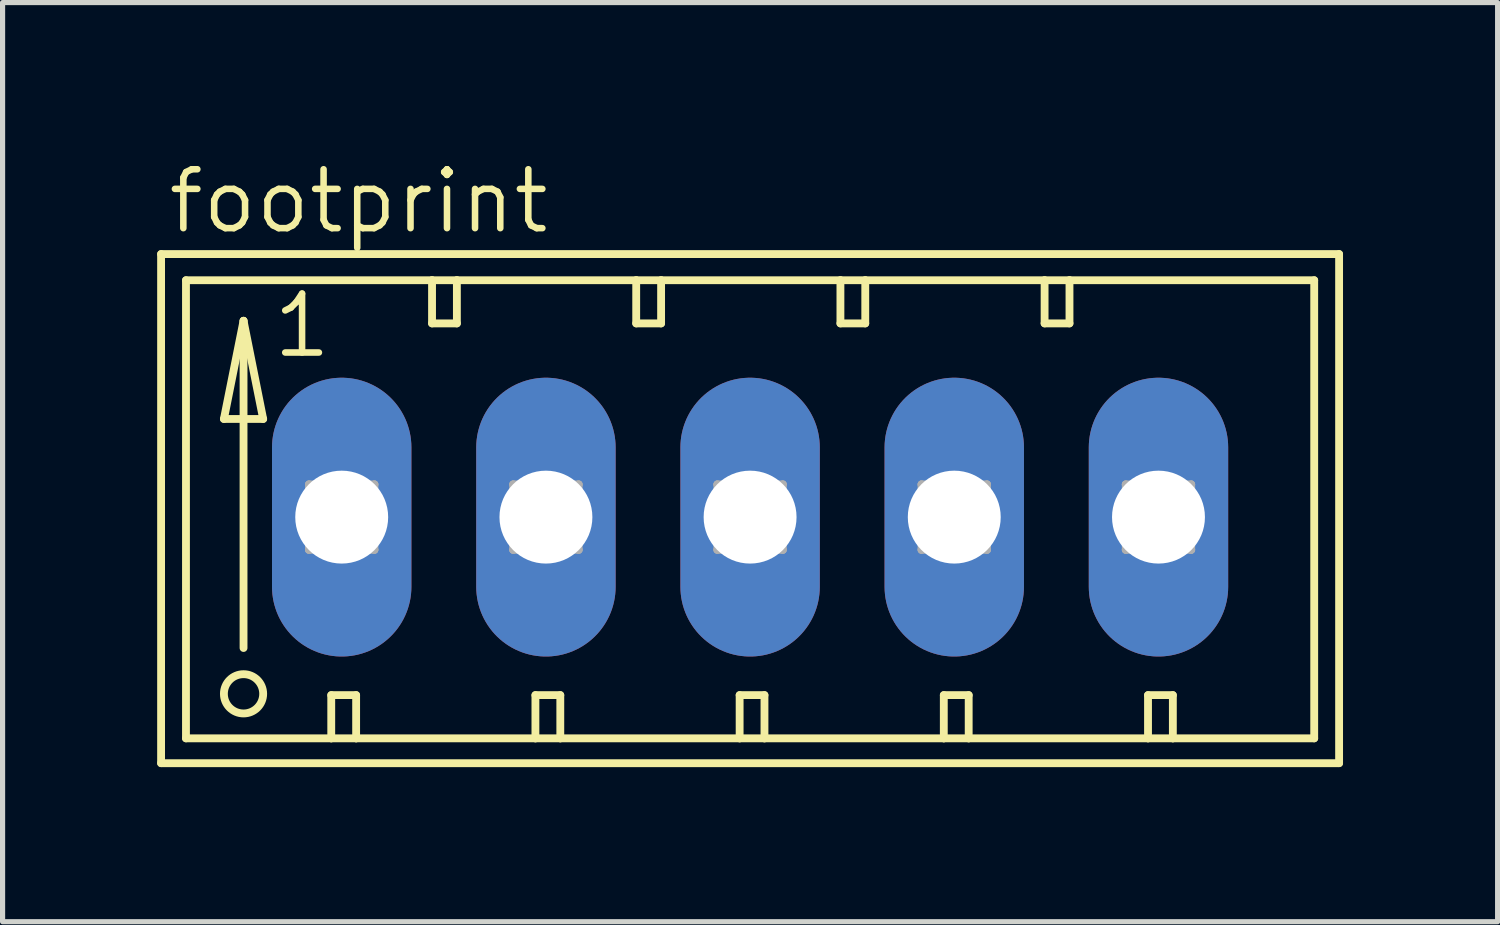
<source format=kicad_pcb>
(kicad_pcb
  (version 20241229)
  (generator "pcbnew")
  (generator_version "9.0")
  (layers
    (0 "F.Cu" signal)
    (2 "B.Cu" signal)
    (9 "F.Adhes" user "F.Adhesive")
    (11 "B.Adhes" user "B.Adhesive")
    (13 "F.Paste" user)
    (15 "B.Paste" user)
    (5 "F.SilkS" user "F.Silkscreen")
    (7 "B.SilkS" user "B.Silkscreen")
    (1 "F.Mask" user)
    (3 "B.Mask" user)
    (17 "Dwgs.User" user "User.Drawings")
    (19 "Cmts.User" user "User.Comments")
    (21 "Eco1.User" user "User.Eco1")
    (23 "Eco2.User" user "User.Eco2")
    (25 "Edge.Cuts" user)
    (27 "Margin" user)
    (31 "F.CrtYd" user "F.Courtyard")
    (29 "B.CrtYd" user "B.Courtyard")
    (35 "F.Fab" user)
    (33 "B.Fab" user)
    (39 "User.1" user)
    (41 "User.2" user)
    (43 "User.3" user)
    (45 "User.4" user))
  (footprint "footprint"
    (layer "F.Cu")
    (at 11.506 6.985)
    (property "Reference" "footprint" (at -11.354 -5.461 0) (layer "F.SilkS") (effects (font (size 1.143 1.143) (thickness 0.127)) (justify left bottom)))
    (fp_line (start -11.43 -5.105) (end -11.43 4.775) (stroke (width 0.152) (type solid)) (layer "F.SilkS"))
    (fp_line (start -11.43 4.775) (end 11.43 4.775) (stroke (width 0.152) (type solid)) (layer "F.SilkS"))
    (fp_line (start -10.947 -4.597) (end -10.947 4.293) (stroke (width 0.152) (type solid)) (layer "F.SilkS"))
    (fp_line (start -10.947 4.293) (end -8.128 4.293) (stroke (width 0.152) (type solid)) (layer "F.SilkS"))
    (fp_line (start -10.211 -1.905) (end -9.449 -1.905) (stroke (width 0.152) (type solid)) (layer "F.SilkS"))
    (fp_line (start -9.83 -3.81) (end -10.211 -1.905) (stroke (width 0.152) (type solid)) (layer "F.SilkS"))
    (fp_line (start -9.83 -3.81) (end -9.449 -1.905) (stroke (width 0.152) (type solid)) (layer "F.SilkS"))
    (fp_line (start -9.83 2.54) (end -9.83 -3.81) (stroke (width 0.152) (type solid)) (layer "F.SilkS"))
    (fp_line (start -8.128 3.454) (end -8.128 4.293) (stroke (width 0.152) (type solid)) (layer "F.SilkS"))
    (fp_line (start -8.128 3.454) (end -7.645 3.454) (stroke (width 0.152) (type solid)) (layer "F.SilkS"))
    (fp_line (start -8.128 4.293) (end -7.645 4.293) (stroke (width 0.152) (type solid)) (layer "F.SilkS"))
    (fp_line (start -7.645 3.454) (end -7.645 4.293) (stroke (width 0.152) (type solid)) (layer "F.SilkS"))
    (fp_line (start -7.645 4.293) (end -4.166 4.293) (stroke (width 0.152) (type solid)) (layer "F.SilkS"))
    (fp_line (start -6.172 -4.597) (end -10.947 -4.597) (stroke (width 0.152) (type solid)) (layer "F.SilkS"))
    (fp_line (start -6.172 -4.597) (end -6.172 -3.759) (stroke (width 0.152) (type solid)) (layer "F.SilkS"))
    (fp_line (start -6.172 -3.759) (end -5.69 -3.759) (stroke (width 0.152) (type solid)) (layer "F.SilkS"))
    (fp_line (start -5.69 -4.597) (end -6.172 -4.597) (stroke (width 0.152) (type solid)) (layer "F.SilkS"))
    (fp_line (start -5.69 -3.759) (end -5.69 -4.597) (stroke (width 0.152) (type solid)) (layer "F.SilkS"))
    (fp_line (start -4.166 3.454) (end -4.166 4.293) (stroke (width 0.152) (type solid)) (layer "F.SilkS"))
    (fp_line (start -4.166 3.454) (end -3.683 3.454) (stroke (width 0.152) (type solid)) (layer "F.SilkS"))
    (fp_line (start -4.166 4.293) (end -3.683 4.293) (stroke (width 0.152) (type solid)) (layer "F.SilkS"))
    (fp_line (start -3.683 3.454) (end -3.683 4.293) (stroke (width 0.152) (type solid)) (layer "F.SilkS"))
    (fp_line (start -3.683 4.293) (end -0.203 4.293) (stroke (width 0.152) (type solid)) (layer "F.SilkS"))
    (fp_line (start -2.21 -4.597) (end -5.69 -4.597) (stroke (width 0.152) (type solid)) (layer "F.SilkS"))
    (fp_line (start -2.21 -3.759) (end -2.21 -4.597) (stroke (width 0.152) (type solid)) (layer "F.SilkS"))
    (fp_line (start -2.21 -3.759) (end -1.727 -3.759) (stroke (width 0.152) (type solid)) (layer "F.SilkS"))
    (fp_line (start -1.727 -4.597) (end -2.21 -4.597) (stroke (width 0.152) (type solid)) (layer "F.SilkS"))
    (fp_line (start -1.727 -3.759) (end -1.727 -4.597) (stroke (width 0.152) (type solid)) (layer "F.SilkS"))
    (fp_line (start -0.203 3.454) (end -0.203 4.293) (stroke (width 0.152) (type solid)) (layer "F.SilkS"))
    (fp_line (start -0.203 3.454) (end 0.279 3.454) (stroke (width 0.152) (type solid)) (layer "F.SilkS"))
    (fp_line (start -0.203 4.293) (end 0.279 4.293) (stroke (width 0.152) (type solid)) (layer "F.SilkS"))
    (fp_line (start 0.279 3.454) (end 0.279 4.293) (stroke (width 0.152) (type solid)) (layer "F.SilkS"))
    (fp_line (start 0.279 4.293) (end 3.759 4.293) (stroke (width 0.152) (type solid)) (layer "F.SilkS"))
    (fp_line (start 1.753 -4.597) (end -1.727 -4.597) (stroke (width 0.152) (type solid)) (layer "F.SilkS"))
    (fp_line (start 1.753 -3.759) (end 1.753 -4.597) (stroke (width 0.152) (type solid)) (layer "F.SilkS"))
    (fp_line (start 1.753 -3.759) (end 2.235 -3.759) (stroke (width 0.152) (type solid)) (layer "F.SilkS"))
    (fp_line (start 2.235 -4.597) (end 1.753 -4.597) (stroke (width 0.152) (type solid)) (layer "F.SilkS"))
    (fp_line (start 2.235 -3.759) (end 2.235 -4.597) (stroke (width 0.152) (type solid)) (layer "F.SilkS"))
    (fp_line (start 3.759 3.454) (end 3.759 4.293) (stroke (width 0.152) (type solid)) (layer "F.SilkS"))
    (fp_line (start 3.759 3.454) (end 4.242 3.454) (stroke (width 0.152) (type solid)) (layer "F.SilkS"))
    (fp_line (start 3.759 4.293) (end 4.242 4.293) (stroke (width 0.152) (type solid)) (layer "F.SilkS"))
    (fp_line (start 4.242 3.454) (end 4.242 4.293) (stroke (width 0.152) (type solid)) (layer "F.SilkS"))
    (fp_line (start 4.242 4.293) (end 7.722 4.293) (stroke (width 0.152) (type solid)) (layer "F.SilkS"))
    (fp_line (start 5.715 -4.597) (end 2.235 -4.597) (stroke (width 0.152) (type solid)) (layer "F.SilkS"))
    (fp_line (start 5.715 -3.759) (end 5.715 -4.597) (stroke (width 0.152) (type solid)) (layer "F.SilkS"))
    (fp_line (start 5.715 -3.759) (end 6.198 -3.759) (stroke (width 0.152) (type solid)) (layer "F.SilkS"))
    (fp_line (start 6.198 -4.597) (end 5.715 -4.597) (stroke (width 0.152) (type solid)) (layer "F.SilkS"))
    (fp_line (start 6.198 -3.759) (end 6.198 -4.597) (stroke (width 0.152) (type solid)) (layer "F.SilkS"))
    (fp_line (start 7.722 3.454) (end 7.722 4.293) (stroke (width 0.152) (type solid)) (layer "F.SilkS"))
    (fp_line (start 7.722 3.454) (end 8.204 3.454) (stroke (width 0.152) (type solid)) (layer "F.SilkS"))
    (fp_line (start 7.722 4.293) (end 8.204 4.293) (stroke (width 0.152) (type solid)) (layer "F.SilkS"))
    (fp_line (start 8.204 3.454) (end 8.204 4.293) (stroke (width 0.152) (type solid)) (layer "F.SilkS"))
    (fp_line (start 8.204 4.293) (end 10.947 4.293) (stroke (width 0.152) (type solid)) (layer "F.SilkS"))
    (fp_line (start 10.947 -4.597) (end 6.198 -4.597) (stroke (width 0.152) (type solid)) (layer "F.SilkS"))
    (fp_line (start 10.947 4.293) (end 10.947 -4.597) (stroke (width 0.152) (type solid)) (layer "F.SilkS"))
    (fp_line (start 11.43 -5.105) (end -11.43 -5.105) (stroke (width 0.152) (type solid)) (layer "F.SilkS"))
    (fp_line (start 11.43 4.775) (end 11.43 -5.105) (stroke (width 0.152) (type solid)) (layer "F.SilkS"))
    (fp_circle (center -9.83 3.429) (end -9.449 3.429) (stroke (width 0.152) (type solid)) (fill no) (layer "F.SilkS"))
    (fp_line (start -8.56 -0.635) (end -8.56 0.635) (stroke (width 0.152) (type solid)) (layer "F.Fab"))
    (fp_line (start -8.56 -0.635) (end -7.29 0.635) (stroke (width 0.152) (type solid)) (layer "F.Fab"))
    (fp_line (start -8.56 0.635) (end -7.29 0.635) (stroke (width 0.152) (type solid)) (layer "F.Fab"))
    (fp_line (start -7.29 -0.635) (end -8.56 -0.635) (stroke (width 0.152) (type solid)) (layer "F.Fab"))
    (fp_line (start -7.29 -0.635) (end -8.56 0.635) (stroke (width 0.152) (type solid)) (layer "F.Fab"))
    (fp_line (start -7.29 0.635) (end -7.29 -0.635) (stroke (width 0.152) (type solid)) (layer "F.Fab"))
    (fp_line (start -4.597 -0.635) (end -4.597 0.635) (stroke (width 0.152) (type solid)) (layer "F.Fab"))
    (fp_line (start -4.597 -0.635) (end -3.327 0.635) (stroke (width 0.152) (type solid)) (layer "F.Fab"))
    (fp_line (start -4.597 0.635) (end -3.327 0.635) (stroke (width 0.152) (type solid)) (layer "F.Fab"))
    (fp_line (start -3.327 -0.635) (end -4.597 -0.635) (stroke (width 0.152) (type solid)) (layer "F.Fab"))
    (fp_line (start -3.327 -0.635) (end -4.597 0.635) (stroke (width 0.152) (type solid)) (layer "F.Fab"))
    (fp_line (start -3.327 0.635) (end -3.327 -0.635) (stroke (width 0.152) (type solid)) (layer "F.Fab"))
    (fp_line (start -0.635 -0.635) (end -0.635 0.635) (stroke (width 0.152) (type solid)) (layer "F.Fab"))
    (fp_line (start -0.635 -0.635) (end 0.635 0.635) (stroke (width 0.152) (type solid)) (layer "F.Fab"))
    (fp_line (start -0.635 0.635) (end 0.635 0.635) (stroke (width 0.152) (type solid)) (layer "F.Fab"))
    (fp_line (start 0.635 -0.635) (end -0.635 -0.635) (stroke (width 0.152) (type solid)) (layer "F.Fab"))
    (fp_line (start 0.635 -0.635) (end -0.635 0.635) (stroke (width 0.152) (type solid)) (layer "F.Fab"))
    (fp_line (start 0.635 0.635) (end 0.635 -0.635) (stroke (width 0.152) (type solid)) (layer "F.Fab"))
    (fp_line (start 3.327 -0.635) (end 3.327 0.635) (stroke (width 0.152) (type solid)) (layer "F.Fab"))
    (fp_line (start 3.327 -0.635) (end 4.597 0.635) (stroke (width 0.152) (type solid)) (layer "F.Fab"))
    (fp_line (start 3.327 0.635) (end 4.597 0.635) (stroke (width 0.152) (type solid)) (layer "F.Fab"))
    (fp_line (start 4.597 -0.635) (end 3.327 -0.635) (stroke (width 0.152) (type solid)) (layer "F.Fab"))
    (fp_line (start 4.597 -0.635) (end 3.327 0.635) (stroke (width 0.152) (type solid)) (layer "F.Fab"))
    (fp_line (start 4.597 0.635) (end 4.597 -0.635) (stroke (width 0.152) (type solid)) (layer "F.Fab"))
    (fp_line (start 7.29 -0.635) (end 7.29 0.635) (stroke (width 0.152) (type solid)) (layer "F.Fab"))
    (fp_line (start 7.29 -0.635) (end 8.56 0.635) (stroke (width 0.152) (type solid)) (layer "F.Fab"))
    (fp_line (start 7.29 0.635) (end 8.56 0.635) (stroke (width 0.152) (type solid)) (layer "F.Fab"))
    (fp_line (start 8.56 -0.635) (end 7.29 -0.635) (stroke (width 0.152) (type solid)) (layer "F.Fab"))
    (fp_line (start 8.56 -0.635) (end 7.29 0.635) (stroke (width 0.152) (type solid)) (layer "F.Fab"))
    (fp_line (start 8.56 0.635) (end 8.56 -0.635) (stroke (width 0.152) (type solid)) (layer "F.Fab"))
    (fp_text user "1" (at -9.322 -3.048 0) (layer "F.SilkS") (effects (font (size 1.143 1.143) (thickness 0.127)) (justify left bottom)))
    (pad "1" thru_hole oval (at -7.925 0 90) (size 5.41 2.705) (drill 1.803) (layers "*.Cu" "*.Mask"))
    (pad "2" thru_hole oval (at -3.962 0 90) (size 5.41 2.705) (drill 1.803) (layers "*.Cu" "*.Mask"))
    (pad "3" thru_hole oval (at 0 0 90) (size 5.41 2.705) (drill 1.803) (layers "*.Cu" "*.Mask"))
    (pad "4" thru_hole oval (at 3.962 0 90) (size 5.41 2.705) (drill 1.803) (layers "*.Cu" "*.Mask"))
    (pad "5" thru_hole oval (at 7.925 0 90) (size 5.41 2.705) (drill 1.803) (layers "*.Cu" "*.Mask")))
  (gr_rect
    (start -3 -3)
    (end 26.012 14.836)
    (stroke (width 0.1) (type default))
    (fill no)
    (layer "Edge.Cuts")))
</source>
